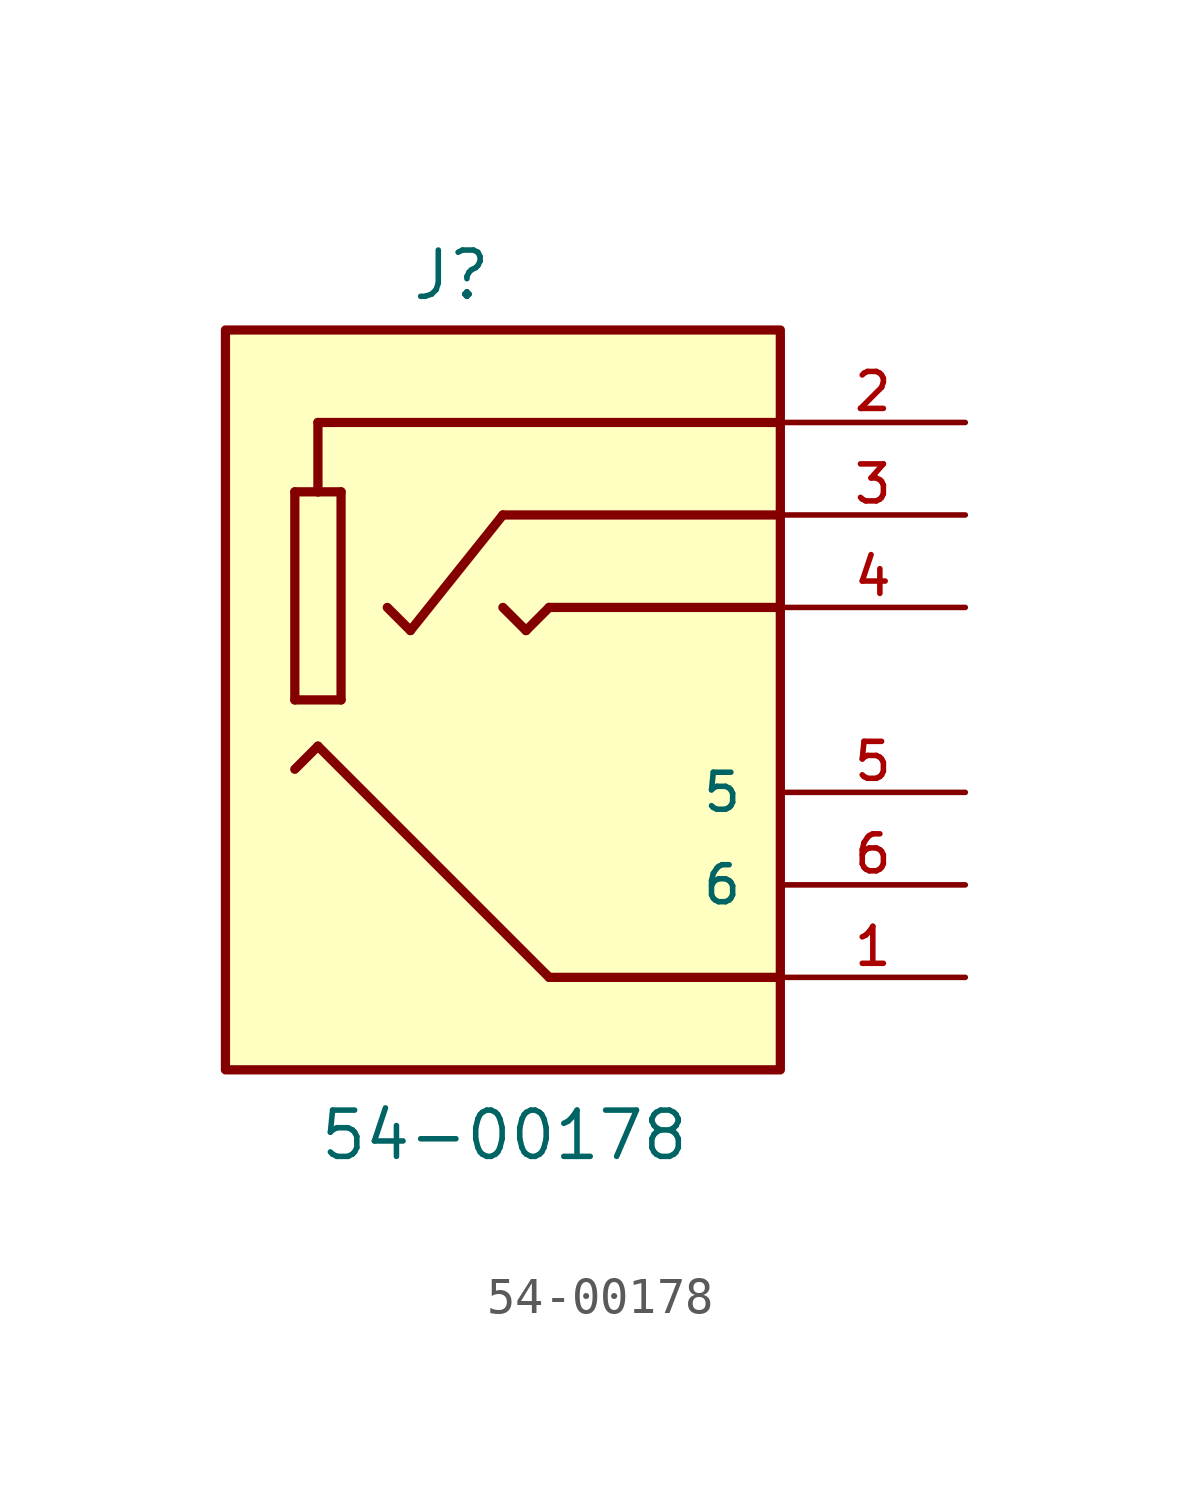
<source format=kicad_sym>
(kicad_symbol_lib
  (version 20211014)
  (generator kicad_symbol_editor)
  (symbol "54-00178"
    (pin_names
      (offset 1.016))
    (property "Reference" "J"
      (at -2.54 10.922 0)
      (effects (font (size 1.27 1.27)) (justify bottom left)))
    (property "Value" "54-00178"
      (at -5.08 -12.7 0)
      (effects (font (size 1.27 1.27)) (justify bottom left)))
    (symbol "54-00178_0_0"
      (polyline (pts (xy 7.62 7.62) (xy -5.08 7.62)) (stroke (width 0.254)))
      (polyline (pts (xy 7.62 2.54) (xy 1.27 2.54)) (stroke (width 0.254)))
      (polyline (pts (xy -5.08 7.62) (xy -5.08 5.715)) (stroke (width 0.254)))
      (polyline (pts (xy -5.08 5.715) (xy -4.445 5.715)) (stroke (width 0.254)))
      (polyline (pts (xy -4.445 5.715) (xy -4.445 0.0)) (stroke (width 0.254)))
      (polyline (pts (xy -4.445 0.0) (xy -5.715 0.0)) (stroke (width 0.254)))
      (polyline (pts (xy -5.715 0.0) (xy -5.715 5.715)) (stroke (width 0.254)))
      (polyline (pts (xy -5.715 5.715) (xy -5.08 5.715)) (stroke (width 0.254)))
      (polyline (pts (xy -5.08 -1.27) (xy -5.715 -1.905)) (stroke (width 0.254)))
      (polyline (pts (xy 1.27 2.54) (xy 0.635 1.905)) (stroke (width 0.254)))
      (polyline (pts (xy 0.635 1.905) (xy 0.0 2.54)) (stroke (width 0.254)))
      (polyline (pts (xy 0.0 5.08) (xy -2.54 1.905)) (stroke (width 0.254)))
      (polyline (pts (xy -2.54 1.905) (xy -3.175 2.54)) (stroke (width 0.254)))
      (polyline (pts (xy 7.62 -7.62) (xy 1.27 -7.62)) (stroke (width 0.254)))
      (polyline (pts (xy -5.08 -1.27) (xy 1.27 -7.62)) (stroke (width 0.254)))
      (polyline (pts (xy 0.0 5.08) (xy 7.62 5.08)) (stroke (width 0.254)))
      (rectangle (start -7.62 -10.16) (end 7.62 10.16) (stroke (width 0.254)) (fill (type background)))
      (pin passive line (at 12.7 7.62 180.0) (length 5.08) (name "~" (effects (font (size 1.016 1.016)))) (number "2" (effects (font (size 1.016 1.016)))))
      (pin passive line (at 12.7 5.08 180.0) (length 5.08) (name "~" (effects (font (size 1.016 1.016)))) (number "3" (effects (font (size 1.016 1.016)))))
      (pin passive line (at 12.7 2.54 180.0) (length 5.08) (name "~" (effects (font (size 1.016 1.016)))) (number "4" (effects (font (size 1.016 1.016)))))
      (pin passive line (at 12.7 -2.54 180.0) (length 5.08) (name "5" (effects (font (size 1.016 1.016)))) (number "5" (effects (font (size 1.016 1.016)))))
      (pin passive line (at 12.7 -5.08 180.0) (length 5.08) (name "6" (effects (font (size 1.016 1.016)))) (number "6" (effects (font (size 1.016 1.016)))))
      (pin passive line (at 12.7 -7.62 180.0) (length 5.08) (name "~" (effects (font (size 1.016 1.016)))) (number "1" (effects (font (size 1.016 1.016))))))))
</source>
